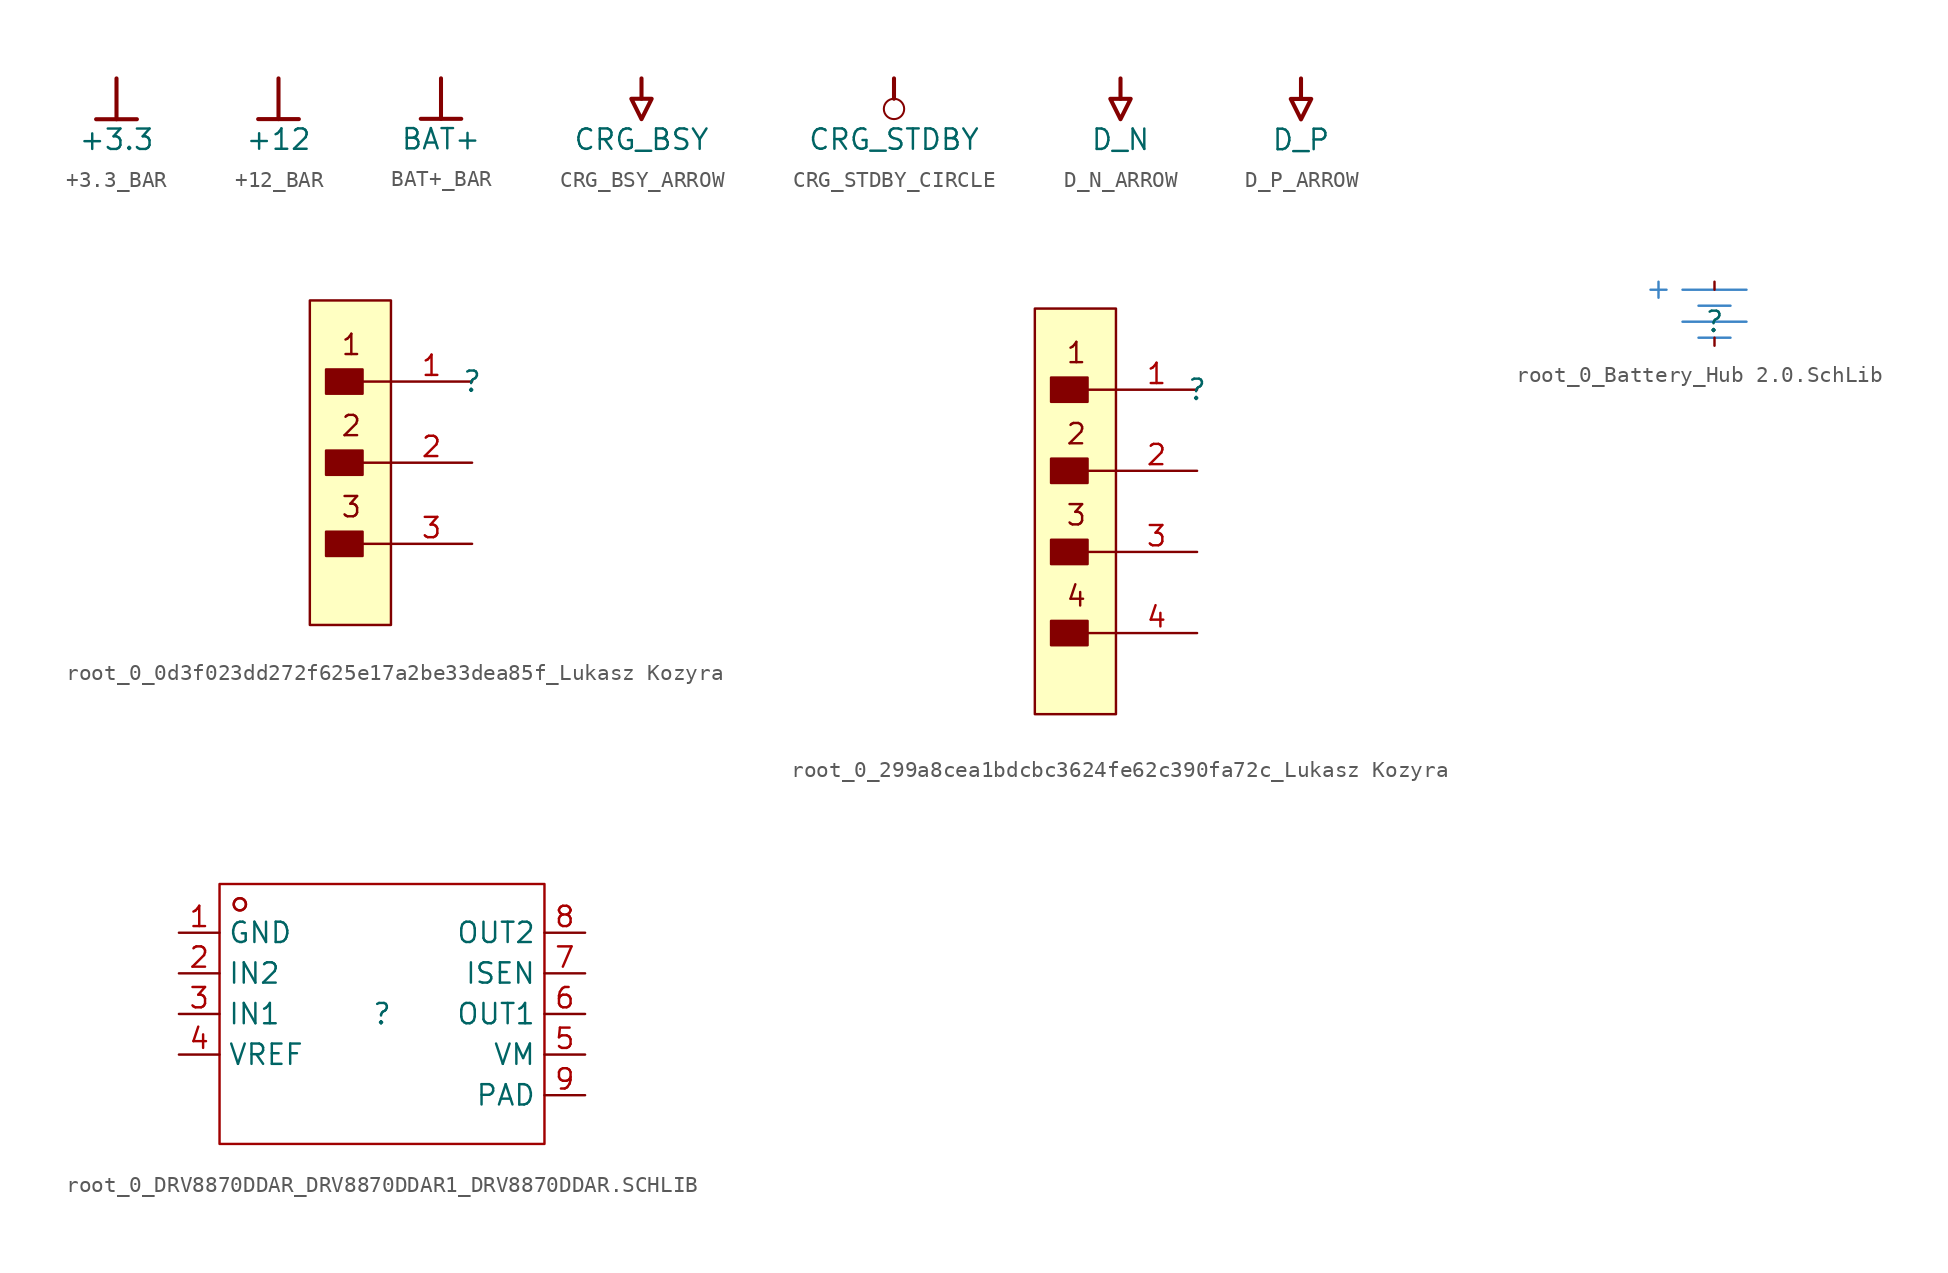
<source format=kicad_sym>
(kicad_symbol_lib
  (version 20241209)
  (generator "kicad_symbol_editor")
  (generator_version "9.0")
  (symbol "+3.3_BAR"
    (power)
    (property "Reference" "#PWR"
      (at 0 0 0)
      (effects (font (size 1.27 1.27)) (hide yes)))
    (property "Value" "+3.3"
      (at 0 -3.81 0)
      (effects (font (size 1.27 1.27))))
    (symbol "+3.3_BAR_0_0"
      (polyline (pts (xy -1.27 -2.54) (xy 1.27 -2.54)) (stroke (width 0.254) (type solid)) (fill (type none)))
      (polyline (pts (xy 0 0) (xy 0 -2.54)) (stroke (width 0.254) (type solid)) (fill (type none)))
      (pin power_in line (at 0 0 0) (length 0) (hide yes) (name "+3.3" (effects (font (size 1.27 1.27)))) (number "" (effects (font (size 1.27 1.27)))))))
  (symbol "+12_BAR"
    (power)
    (property "Reference" "#PWR"
      (at 0 0 0)
      (effects (font (size 1.27 1.27)) (hide yes)))
    (property "Value" "+12"
      (at 0 -3.81 0)
      (effects (font (size 1.27 1.27))))
    (symbol "+12_BAR_0_0"
      (polyline (pts (xy -1.27 -2.54) (xy 1.27 -2.54)) (stroke (width 0.254) (type solid)) (fill (type none)))
      (polyline (pts (xy 0 0) (xy 0 -2.54)) (stroke (width 0.254) (type solid)) (fill (type none)))
      (pin power_in line (at 0 0 0) (length 0) (hide yes) (name "+12" (effects (font (size 1.27 1.27)))) (number "" (effects (font (size 1.27 1.27)))))))
  (symbol "BAT+_BAR"
    (power)
    (property "Reference" "#PWR"
      (at 0 0 0)
      (effects (font (size 1.27 1.27)) (hide yes)))
    (property "Value" "BAT+"
      (at 0 -3.81 0)
      (effects (font (size 1.27 1.27))))
    (symbol "BAT+_BAR_0_0"
      (polyline (pts (xy -1.27 -2.54) (xy 1.27 -2.54)) (stroke (width 0.254) (type solid)) (fill (type none)))
      (polyline (pts (xy 0 0) (xy 0 -2.54)) (stroke (width 0.254) (type solid)) (fill (type none)))
      (pin power_in line (at 0 0 0) (length 0) (hide yes) (name "BAT+" (effects (font (size 1.27 1.27)))) (number "" (effects (font (size 1.27 1.27)))))))
  (symbol "CRG_BSY_ARROW"
    (power)
    (property "Reference" "#PWR"
      (at 0 0 0)
      (effects (font (size 1.27 1.27)) (hide yes)))
    (property "Value" "CRG_BSY"
      (at 0 -3.81 0)
      (effects (font (size 1.27 1.27))))
    (symbol "CRG_BSY_ARROW_0_0"
      (polyline (pts (xy -0.635 -1.27) (xy 0.635 -1.27) (xy 0 -2.54) (xy -0.635 -1.27)) (stroke (width 0.254) (type solid)) (fill (type none)))
      (polyline (pts (xy 0 0) (xy 0 -1.27)) (stroke (width 0.254) (type solid)) (fill (type none)))
      (pin power_in line (at 0 0 0) (length 0) (hide yes) (name "CRG_BSY" (effects (font (size 1.27 1.27)))) (number "" (effects (font (size 1.27 1.27)))))))
  (symbol "CRG_STDBY_CIRCLE"
    (power)
    (property "Reference" "#PWR"
      (at 0 0 0)
      (effects (font (size 1.27 1.27)) (hide yes)))
    (property "Value" "CRG_STDBY"
      (at 0 -3.81 0)
      (effects (font (size 1.27 1.27))))
    (symbol "CRG_STDBY_CIRCLE_0_0"
      (polyline (pts (xy 0 0) (xy 0 -1.27)) (stroke (width 0.254) (type solid)) (fill (type none)))
      (circle (center 0 -1.905) (radius 0.635) (stroke (width 0.127) (type solid)) (fill (type none)))
      (pin power_in line (at 0 0 0) (length 0) (hide yes) (name "CRG_STDBY" (effects (font (size 1.27 1.27)))) (number "" (effects (font (size 1.27 1.27)))))))
  (symbol "D_N_ARROW"
    (power)
    (property "Reference" "#PWR"
      (at 0 0 0)
      (effects (font (size 1.27 1.27)) (hide yes)))
    (property "Value" "D_N"
      (at 0 -3.81 0)
      (effects (font (size 1.27 1.27))))
    (symbol "D_N_ARROW_0_0"
      (polyline (pts (xy -0.635 -1.27) (xy 0.635 -1.27) (xy 0 -2.54) (xy -0.635 -1.27)) (stroke (width 0.254) (type solid)) (fill (type none)))
      (polyline (pts (xy 0 0) (xy 0 -1.27)) (stroke (width 0.254) (type solid)) (fill (type none)))
      (pin power_in line (at 0 0 0) (length 0) (hide yes) (name "D_N" (effects (font (size 1.27 1.27)))) (number "" (effects (font (size 1.27 1.27)))))))
  (symbol "D_P_ARROW"
    (power)
    (property "Reference" "#PWR"
      (at 0 0 0)
      (effects (font (size 1.27 1.27)) (hide yes)))
    (property "Value" "D_P"
      (at 0 -3.81 0)
      (effects (font (size 1.27 1.27))))
    (symbol "D_P_ARROW_0_0"
      (polyline (pts (xy -0.635 -1.27) (xy 0.635 -1.27) (xy 0 -2.54) (xy -0.635 -1.27)) (stroke (width 0.254) (type solid)) (fill (type none)))
      (polyline (pts (xy 0 0) (xy 0 -1.27)) (stroke (width 0.254) (type solid)) (fill (type none)))
      (pin power_in line (at 0 0 0) (length 0) (hide yes) (name "D_P" (effects (font (size 1.27 1.27)))) (number "" (effects (font (size 1.27 1.27)))))))
  (symbol "root_0_0d3f023dd272f625e17a2be33dea85f_Lukasz Kozyra"
    (pin_names
      (hide yes))
    (property "Reference" ""
      (at 0 0 0)
      (effects (font (size 1.27 1.27))))
    (property "Value" ""
      (at 0 0 0)
      (effects (font (size 1.27 1.27))))
    (symbol "root_0_0d3f023dd272f625e17a2be33dea85f_Lukasz Kozyra_1_0"
      (rectangle (start -6.858 0.762) (end -9.144 -0.762) (stroke (width 0) (type solid)) (fill (type outline)))
      (polyline (pts (xy -6.858 0) (xy -5.08 0)) (stroke (width 0) (type solid)) (fill (type none)))
      (rectangle (start -6.858 -4.318) (end -9.144 -5.842) (stroke (width 0) (type solid)) (fill (type outline)))
      (polyline (pts (xy -6.858 -5.08) (xy -5.08 -5.08)) (stroke (width 0) (type solid)) (fill (type none)))
      (rectangle (start -6.858 -9.398) (end -9.144 -10.922) (stroke (width 0) (type solid)) (fill (type outline)))
      (polyline (pts (xy -6.858 -10.16) (xy -5.08 -10.16)) (stroke (width 0) (type solid)) (fill (type none)))
      (rectangle (start -5.08 5.08) (end -10.16 -15.24) (stroke (width 0) (type solid) (color 128 0 0 1)) (fill (type background)))
      (text "1" (at -6.858 3.048 0) (effects (font (size 1.27 1.27)) (justify right top)))
      (text "2" (at -6.858 -2.032 0) (effects (font (size 1.27 1.27)) (justify right top)))
      (text "3" (at -6.858 -7.112 0) (effects (font (size 1.27 1.27)) (justify right top)))
      (pin passive line (at 0 0 180) (length 5.08) (name "1" (effects (font (size 1.27 1.27)))) (number "1" (effects (font (size 1.27 1.27)))))
      (pin passive line (at 0 -5.08 180) (length 5.08) (name "2" (effects (font (size 1.27 1.27)))) (number "2" (effects (font (size 1.27 1.27)))))
      (pin passive line (at 0 -10.16 180) (length 5.08) (name "3" (effects (font (size 1.27 1.27)))) (number "3" (effects (font (size 1.27 1.27)))))))
  (symbol "root_0_299a8cea1bdcbc3624fe62c390fa72c_Lukasz Kozyra"
    (pin_names
      (hide yes))
    (property "Reference" ""
      (at 0 0 0)
      (effects (font (size 1.27 1.27))))
    (property "Value" ""
      (at 0 0 0)
      (effects (font (size 1.27 1.27))))
    (symbol "root_0_299a8cea1bdcbc3624fe62c390fa72c_Lukasz Kozyra_1_0"
      (rectangle (start -6.858 0.762) (end -9.144 -0.762) (stroke (width 0) (type solid)) (fill (type outline)))
      (polyline (pts (xy -6.858 0) (xy -5.08 0)) (stroke (width 0) (type solid)) (fill (type none)))
      (rectangle (start -6.858 -4.318) (end -9.144 -5.842) (stroke (width 0) (type solid)) (fill (type outline)))
      (polyline (pts (xy -6.858 -5.08) (xy -5.08 -5.08)) (stroke (width 0) (type solid)) (fill (type none)))
      (rectangle (start -6.858 -9.398) (end -9.144 -10.922) (stroke (width 0) (type solid)) (fill (type outline)))
      (polyline (pts (xy -6.858 -10.16) (xy -5.08 -10.16)) (stroke (width 0) (type solid)) (fill (type none)))
      (rectangle (start -6.858 -14.478) (end -9.144 -16.002) (stroke (width 0) (type solid)) (fill (type outline)))
      (polyline (pts (xy -6.858 -15.24) (xy -5.08 -15.24)) (stroke (width 0) (type solid)) (fill (type none)))
      (rectangle (start -5.08 5.08) (end -10.16 -20.32) (stroke (width 0) (type solid) (color 128 0 0 1)) (fill (type background)))
      (text "1" (at -6.858 3.048 0) (effects (font (size 1.27 1.27)) (justify right top)))
      (text "2" (at -6.858 -2.032 0) (effects (font (size 1.27 1.27)) (justify right top)))
      (text "3" (at -6.858 -7.112 0) (effects (font (size 1.27 1.27)) (justify right top)))
      (text "4" (at -6.858 -12.192 0) (effects (font (size 1.27 1.27)) (justify right top)))
      (pin passive line (at 0 0 180) (length 5.08) (name "1" (effects (font (size 1.27 1.27)))) (number "1" (effects (font (size 1.27 1.27)))))
      (pin passive line (at 0 -5.08 180) (length 5.08) (name "2" (effects (font (size 1.27 1.27)))) (number "2" (effects (font (size 1.27 1.27)))))
      (pin passive line (at 0 -10.16 180) (length 5.08) (name "3" (effects (font (size 1.27 1.27)))) (number "3" (effects (font (size 1.27 1.27)))))
      (pin passive line (at 0 -15.24 180) (length 5.08) (name "4" (effects (font (size 1.27 1.27)))) (number "4" (effects (font (size 1.27 1.27)))))))
  (symbol "root_0_Battery_Hub 2.0.SchLib"
    (pin_numbers
      (hide yes))
    (pin_names
      (hide yes))
    (property "Reference" ""
      (at 0 0 0)
      (effects (font (size 1.27 1.27))))
    (property "Value" ""
      (at 0 0 0)
      (effects (font (size 1.27 1.27))))
    (symbol "root_0_Battery_Hub 2.0.SchLib_1_0"
      (polyline (pts (xy -4 2) (xy -3 2)) (stroke (width 0) (type solid) (color 61 133 198 1)) (fill (type none)))
      (polyline (pts (xy -3.5 2.5) (xy -3.5 1.5)) (stroke (width 0) (type solid) (color 61 133 198 1)) (fill (type none)))
      (polyline (pts (xy -1 1) (xy 1 1)) (stroke (width 0) (type solid) (color 61 133 198 1)) (fill (type none)))
      (polyline (pts (xy -1 -1) (xy 1 -1)) (stroke (width 0) (type solid) (color 61 133 198 1)) (fill (type none)))
      (polyline (pts (xy 2 2) (xy -2 2)) (stroke (width 0) (type solid) (color 61 133 198 1)) (fill (type none)))
      (polyline (pts (xy 2 0) (xy -2 0)) (stroke (width 0) (type solid) (color 61 133 198 1)) (fill (type none)))
      (pin passive line (at 0 2.5 270) (length 0.5) (name "+" (effects (font (size 1.27 1.27)))) (number "1" (effects (font (size 1.27 1.27)))))
      (pin passive line (at 0 -1.5 90) (length 0.5) (name "-" (effects (font (size 1.27 1.27)))) (number "2" (effects (font (size 1.27 1.27)))))))
  (symbol "root_0_DRV8870DDAR_DRV8870DDAR1_DRV8870DDAR.SCHLIB"
    (property "Reference" ""
      (at 0 0 0)
      (effects (font (size 1.27 1.27))))
    (property "Value" ""
      (at 0 0 0)
      (effects (font (size 1.27 1.27))))
    (symbol "root_0_DRV8870DDAR_DRV8870DDAR1_DRV8870DDAR.SCHLIB_1_0"
      (rectangle (start -10.16 8.128) (end 10.16 -8.128) (stroke (width 0) (type solid) (color 160 0 0 1)) (fill (type none)))
      (circle (center -8.89 6.858) (radius 0.381) (stroke (width 0) (type solid) (color 160 0 0 1)) (fill (type none)))
      (circle (center -8.89 6.858) (radius 0.381) (stroke (width 0) (type solid) (color 160 0 0 1)) (fill (type none)))
      (pin passive line (at -12.7 5.08 0) (length 2.54) (name "GND" (effects (font (size 1.27 1.27)))) (number "1" (effects (font (size 1.27 1.27)))))
      (pin passive line (at -12.7 2.54 0) (length 2.54) (name "IN2" (effects (font (size 1.27 1.27)))) (number "2" (effects (font (size 1.27 1.27)))))
      (pin passive line (at -12.7 0 0) (length 2.54) (name "IN1" (effects (font (size 1.27 1.27)))) (number "3" (effects (font (size 1.27 1.27)))))
      (pin passive line (at -12.7 -2.54 0) (length 2.54) (name "VREF" (effects (font (size 1.27 1.27)))) (number "4" (effects (font (size 1.27 1.27)))))
      (pin passive line (at 12.7 5.08 180) (length 2.54) (name "OUT2" (effects (font (size 1.27 1.27)))) (number "8" (effects (font (size 1.27 1.27)))))
      (pin passive line (at 12.7 2.54 180) (length 2.54) (name "ISEN" (effects (font (size 1.27 1.27)))) (number "7" (effects (font (size 1.27 1.27)))))
      (pin passive line (at 12.7 0 180) (length 2.54) (name "OUT1" (effects (font (size 1.27 1.27)))) (number "6" (effects (font (size 1.27 1.27)))))
      (pin passive line (at 12.7 -2.54 180) (length 2.54) (name "VM" (effects (font (size 1.27 1.27)))) (number "5" (effects (font (size 1.27 1.27)))))
      (pin passive line (at 12.7 -5.08 180) (length 2.54) (name "PAD" (effects (font (size 1.27 1.27)))) (number "9" (effects (font (size 1.27 1.27))))))))
</source>
